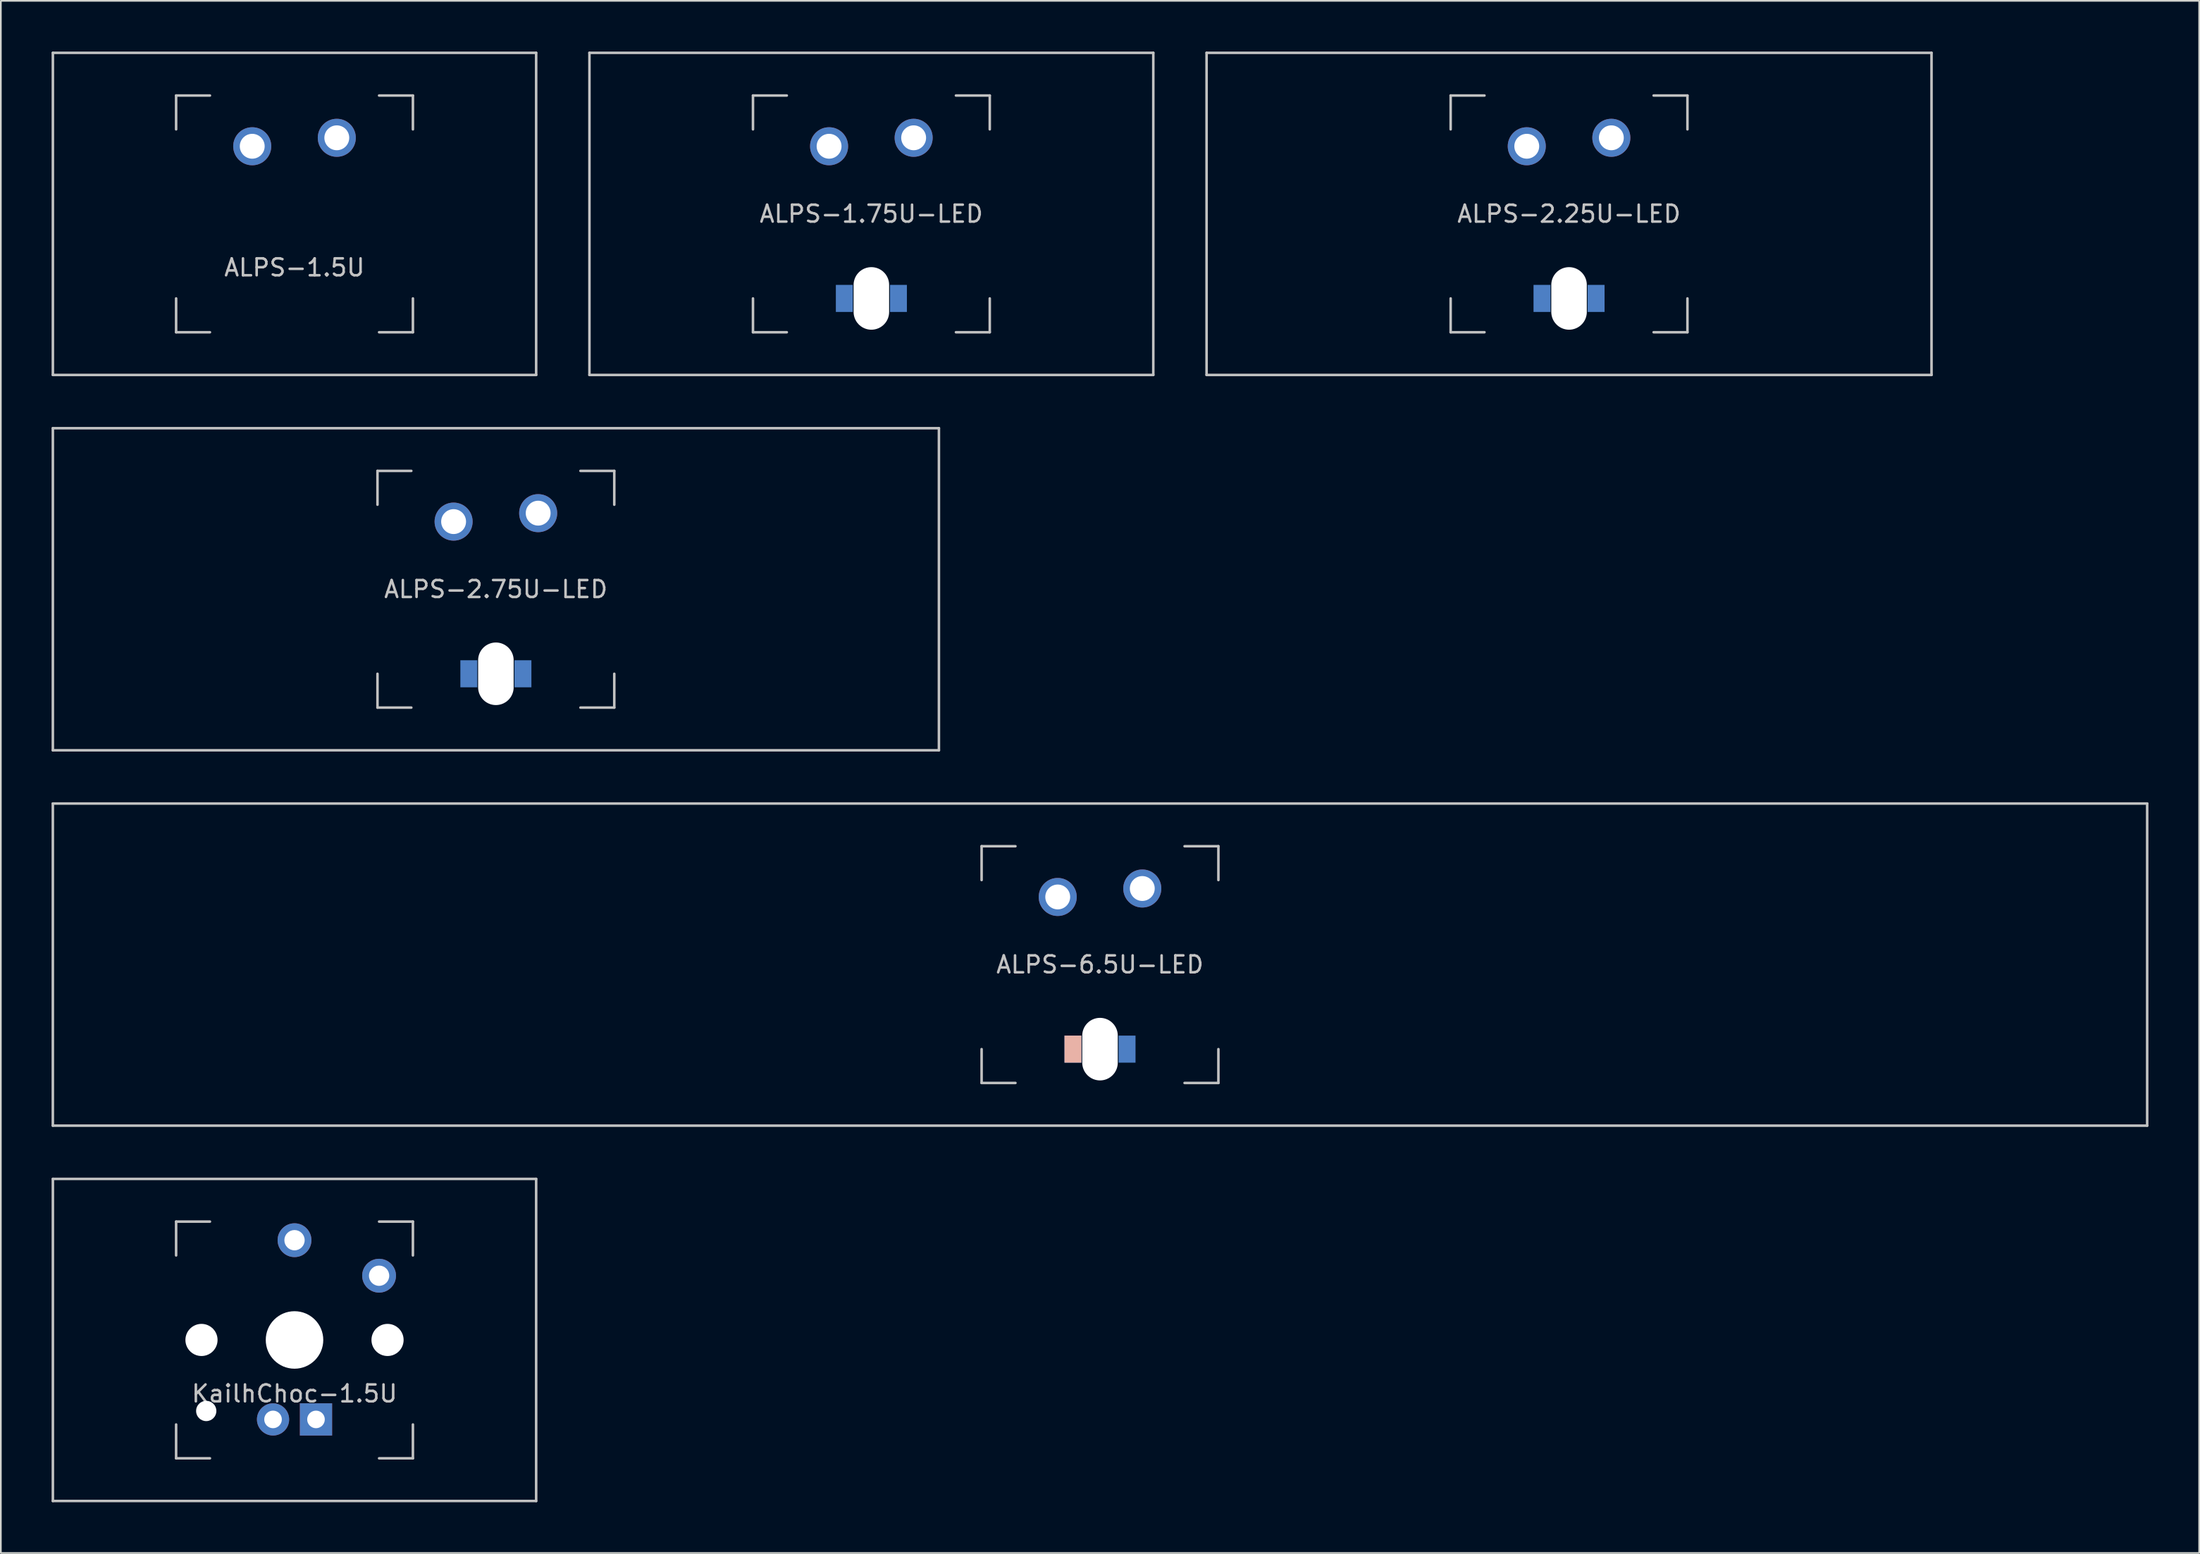
<source format=kicad_pcb>
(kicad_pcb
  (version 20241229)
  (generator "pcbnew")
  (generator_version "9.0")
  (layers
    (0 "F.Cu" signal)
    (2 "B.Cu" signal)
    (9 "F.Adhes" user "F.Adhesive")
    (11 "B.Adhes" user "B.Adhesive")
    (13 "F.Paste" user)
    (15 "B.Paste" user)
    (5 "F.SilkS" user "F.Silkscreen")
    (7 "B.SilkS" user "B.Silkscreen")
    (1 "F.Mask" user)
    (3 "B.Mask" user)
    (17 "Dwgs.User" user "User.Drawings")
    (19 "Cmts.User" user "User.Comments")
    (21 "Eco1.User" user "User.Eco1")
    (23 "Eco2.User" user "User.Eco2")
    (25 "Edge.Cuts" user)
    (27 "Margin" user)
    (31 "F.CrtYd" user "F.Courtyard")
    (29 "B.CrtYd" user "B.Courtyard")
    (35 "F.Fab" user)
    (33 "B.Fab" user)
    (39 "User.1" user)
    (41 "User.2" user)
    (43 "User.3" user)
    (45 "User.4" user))
  (footprint "KailhChoc-1.5U"
    (layer "F.Cu")
    (at 14.363 76.2)
    (property "Reference" "KailhChoc-1.5U" (at 0 3.175 0) (layer "Dwgs.User") (effects (font (size 1 1) (thickness 0.15))))
    (attr through_hole)
    (fp_line (start -14.287 -9.525) (end 14.287 -9.525) (stroke (width 0.15) (type solid)) (layer "Dwgs.User"))
    (fp_line (start -14.287 9.525) (end -14.287 -9.525) (stroke (width 0.15) (type solid)) (layer "Dwgs.User"))
    (fp_line (start -7 -7) (end -7 -5) (stroke (width 0.15) (type solid)) (layer "Dwgs.User"))
    (fp_line (start -7 5) (end -7 7) (stroke (width 0.15) (type solid)) (layer "Dwgs.User"))
    (fp_line (start -7 7) (end -5 7) (stroke (width 0.15) (type solid)) (layer "Dwgs.User"))
    (fp_line (start -5 -7) (end -7 -7) (stroke (width 0.15) (type solid)) (layer "Dwgs.User"))
    (fp_line (start 5 -7) (end 7 -7) (stroke (width 0.15) (type solid)) (layer "Dwgs.User"))
    (fp_line (start 5 7) (end 7 7) (stroke (width 0.15) (type solid)) (layer "Dwgs.User"))
    (fp_line (start 7 -7) (end 7 -5) (stroke (width 0.15) (type solid)) (layer "Dwgs.User"))
    (fp_line (start 7 7) (end 7 5) (stroke (width 0.15) (type solid)) (layer "Dwgs.User"))
    (fp_line (start 14.287 -9.525) (end 14.287 9.525) (stroke (width 0.15) (type solid)) (layer "Dwgs.User"))
    (fp_line (start 14.287 9.525) (end -14.287 9.525) (stroke (width 0.15) (type solid)) (layer "Dwgs.User"))
    (pad "" np_thru_hole circle (at -5.5 0 48.1) (size 1.9 1.9) (drill 1.9) (layers "*.Cu" "*.Mask"))
    (pad "" np_thru_hole circle (at -5.22 4.2) (size 1.2 1.2) (drill 1.2) (layers "*.Cu" "*.Mask"))
    (pad "" np_thru_hole circle (at 0 0) (size 3.4 3.4) (drill 3.4) (layers "*.Cu" "*.Mask"))
    (pad "" np_thru_hole circle (at 5.5 0 48.1) (size 1.9 1.9) (drill 1.9) (layers "*.Cu" "*.Mask"))
    (pad "1" thru_hole circle (at 5 -3.8) (size 2 2) (drill 1.2) (layers "*.Cu" "B.Mask"))
    (pad "2" thru_hole circle (at 0 -5.9) (size 2 2) (drill 1.2) (layers "*.Cu" "B.Mask"))
    (pad "3" thru_hole circle (at -1.27 4.7) (size 1.905 1.905) (drill 1.04) (layers "*.Cu" "B.Mask"))
    (pad "4" thru_hole rect (at 1.27 4.7) (size 1.905 1.905) (drill 1.04) (layers "*.Cu" "B.Mask")))
  (footprint "ALPS-1.75U-LED"
    (layer "F.Cu")
    (at 48.469 9.6)
    (property "Reference" "ALPS-1.75U-LED" (at 0 0 0) (layer "Dwgs.User") (effects (font (size 1 1) (thickness 0.15))))
    (attr through_hole)
    (fp_line (start -16.669 -9.525) (end 16.669 -9.525) (stroke (width 0.15) (type solid)) (layer "Dwgs.User"))
    (fp_line (start -16.669 9.525) (end -16.669 -9.525) (stroke (width 0.15) (type solid)) (layer "Dwgs.User"))
    (fp_line (start -16.669 9.525) (end 16.669 9.525) (stroke (width 0.15) (type solid)) (layer "Dwgs.User"))
    (fp_line (start -7 -7) (end -7 -5) (stroke (width 0.15) (type solid)) (layer "Dwgs.User"))
    (fp_line (start -7 5) (end -7 7) (stroke (width 0.15) (type solid)) (layer "Dwgs.User"))
    (fp_line (start -7 7) (end -5 7) (stroke (width 0.15) (type solid)) (layer "Dwgs.User"))
    (fp_line (start -5 -7) (end -7 -7) (stroke (width 0.15) (type solid)) (layer "Dwgs.User"))
    (fp_line (start 5 -7) (end 7 -7) (stroke (width 0.15) (type solid)) (layer "Dwgs.User"))
    (fp_line (start 5 7) (end 7 7) (stroke (width 0.15) (type solid)) (layer "Dwgs.User"))
    (fp_line (start 7 -7) (end 7 -5) (stroke (width 0.15) (type solid)) (layer "Dwgs.User"))
    (fp_line (start 7 7) (end 7 5) (stroke (width 0.15) (type solid)) (layer "Dwgs.User"))
    (fp_line (start 16.669 -9.525) (end 16.669 9.525) (stroke (width 0.15) (type solid)) (layer "Dwgs.User"))
    (pad "" np_thru_hole oval (at 0 5) (size 2.1 3.7) (drill oval 2.1 3.7) (layers "*.Cu" "*.Mask"))
    (pad "1" thru_hole circle (at -2.5 -4) (size 2.25 2.25) (drill 1.47) (layers "*.Cu" "B.Mask"))
    (pad "2" thru_hole circle (at 2.5 -4.5) (size 2.25 2.25) (drill 1.47) (layers "*.Cu" "B.Mask"))
    (pad "3" smd rect (at -1.6 5) (size 1 1.6) (layers "B.Cu" "B.Mask" "B.Paste"))
    (pad "4" smd rect (at 1.6 5) (size 1 1.6) (layers "B.Cu" "B.Mask" "B.Paste")))
  (footprint "ALPS-2.75U-LED"
    (layer "F.Cu")
    (at 26.269 31.8)
    (property "Reference" "ALPS-2.75U-LED" (at 0 0 0) (layer "Dwgs.User") (effects (font (size 1 1) (thickness 0.15))))
    (attr through_hole)
    (fp_line (start -26.194 -9.525) (end 26.194 -9.525) (stroke (width 0.15) (type solid)) (layer "Dwgs.User"))
    (fp_line (start -26.194 9.525) (end -26.194 -9.525) (stroke (width 0.15) (type solid)) (layer "Dwgs.User"))
    (fp_line (start -26.194 9.525) (end 26.194 9.525) (stroke (width 0.15) (type solid)) (layer "Dwgs.User"))
    (fp_line (start -7 -7) (end -7 -5) (stroke (width 0.15) (type solid)) (layer "Dwgs.User"))
    (fp_line (start -7 5) (end -7 7) (stroke (width 0.15) (type solid)) (layer "Dwgs.User"))
    (fp_line (start -7 7) (end -5 7) (stroke (width 0.15) (type solid)) (layer "Dwgs.User"))
    (fp_line (start -5 -7) (end -7 -7) (stroke (width 0.15) (type solid)) (layer "Dwgs.User"))
    (fp_line (start 5 -7) (end 7 -7) (stroke (width 0.15) (type solid)) (layer "Dwgs.User"))
    (fp_line (start 5 7) (end 7 7) (stroke (width 0.15) (type solid)) (layer "Dwgs.User"))
    (fp_line (start 7 -7) (end 7 -5) (stroke (width 0.15) (type solid)) (layer "Dwgs.User"))
    (fp_line (start 7 7) (end 7 5) (stroke (width 0.15) (type solid)) (layer "Dwgs.User"))
    (fp_line (start 26.194 -9.525) (end 26.194 9.525) (stroke (width 0.15) (type solid)) (layer "Dwgs.User"))
    (pad "" np_thru_hole oval (at 0 5) (size 2.1 3.7) (drill oval 2.1 3.7) (layers "*.Cu" "*.Mask"))
    (pad "1" thru_hole circle (at -2.5 -4) (size 2.25 2.25) (drill 1.47) (layers "*.Cu" "B.Mask"))
    (pad "2" thru_hole circle (at 2.5 -4.5) (size 2.25 2.25) (drill 1.47) (layers "*.Cu" "B.Mask"))
    (pad "3" smd rect (at -1.6 5) (size 1 1.6) (layers "B.Cu" "B.Mask" "B.Paste"))
    (pad "4" smd rect (at 1.6 5) (size 1 1.6) (layers "B.Cu" "B.Mask" "B.Paste")))
  (footprint "ALPS-6.5U-LED"
    (layer "F.Cu")
    (at 61.987 54)
    (property "Reference" "ALPS-6.5U-LED" (at 0 0 0) (layer "Dwgs.User") (effects (font (size 1 1) (thickness 0.15))))
    (attr through_hole)
    (fp_line (start -61.913 -9.525) (end 61.913 -9.525) (stroke (width 0.15) (type solid)) (layer "Dwgs.User"))
    (fp_line (start -61.913 9.525) (end -61.913 -9.525) (stroke (width 0.15) (type solid)) (layer "Dwgs.User"))
    (fp_line (start -61.913 9.525) (end 61.913 9.525) (stroke (width 0.15) (type solid)) (layer "Dwgs.User"))
    (fp_line (start -7 -7) (end -7 -5) (stroke (width 0.15) (type solid)) (layer "Dwgs.User"))
    (fp_line (start -7 5) (end -7 7) (stroke (width 0.15) (type solid)) (layer "Dwgs.User"))
    (fp_line (start -7 7) (end -5 7) (stroke (width 0.15) (type solid)) (layer "Dwgs.User"))
    (fp_line (start -5 -7) (end -7 -7) (stroke (width 0.15) (type solid)) (layer "Dwgs.User"))
    (fp_line (start 5 -7) (end 7 -7) (stroke (width 0.15) (type solid)) (layer "Dwgs.User"))
    (fp_line (start 5 7) (end 7 7) (stroke (width 0.15) (type solid)) (layer "Dwgs.User"))
    (fp_line (start 7 -7) (end 7 -5) (stroke (width 0.15) (type solid)) (layer "Dwgs.User"))
    (fp_line (start 7 7) (end 7 5) (stroke (width 0.15) (type solid)) (layer "Dwgs.User"))
    (fp_line (start 61.913 -9.525) (end 61.913 9.525) (stroke (width 0.15) (type solid)) (layer "Dwgs.User"))
    (pad "" np_thru_hole oval (at 0 5) (size 2.1 3.7) (drill oval 2.1 3.7) (layers "*.Cu" "*.Mask"))
    (pad "1" thru_hole circle (at -2.5 -4) (size 2.25 2.25) (drill 1.47) (layers "*.Cu" "B.Mask"))
    (pad "2" thru_hole circle (at 2.5 -4.5) (size 2.25 2.25) (drill 1.47) (layers "*.Cu" "B.Mask"))
    (pad "3" smd rect (at -1.6 5) (size 1 1.6) (layers "B.Cu" "B.SilkS" "B.Adhes"))
    (pad "4" smd rect (at 1.6 5) (size 1 1.6) (layers "B.Cu" "B.Mask" "B.Paste")))
  (footprint "ALPS-2.25U-LED"
    (layer "F.Cu")
    (at 89.719 9.6)
    (property "Reference" "ALPS-2.25U-LED" (at 0 0 0) (layer "Dwgs.User") (effects (font (size 1 1) (thickness 0.15))))
    (attr through_hole)
    (fp_line (start -21.431 -9.525) (end 21.431 -9.525) (stroke (width 0.15) (type solid)) (layer "Dwgs.User"))
    (fp_line (start -21.431 9.525) (end -21.431 -9.525) (stroke (width 0.15) (type solid)) (layer "Dwgs.User"))
    (fp_line (start -21.431 9.525) (end 21.431 9.525) (stroke (width 0.15) (type solid)) (layer "Dwgs.User"))
    (fp_line (start -7 -7) (end -7 -5) (stroke (width 0.15) (type solid)) (layer "Dwgs.User"))
    (fp_line (start -7 5) (end -7 7) (stroke (width 0.15) (type solid)) (layer "Dwgs.User"))
    (fp_line (start -7 7) (end -5 7) (stroke (width 0.15) (type solid)) (layer "Dwgs.User"))
    (fp_line (start -5 -7) (end -7 -7) (stroke (width 0.15) (type solid)) (layer "Dwgs.User"))
    (fp_line (start 5 -7) (end 7 -7) (stroke (width 0.15) (type solid)) (layer "Dwgs.User"))
    (fp_line (start 5 7) (end 7 7) (stroke (width 0.15) (type solid)) (layer "Dwgs.User"))
    (fp_line (start 7 -7) (end 7 -5) (stroke (width 0.15) (type solid)) (layer "Dwgs.User"))
    (fp_line (start 7 7) (end 7 5) (stroke (width 0.15) (type solid)) (layer "Dwgs.User"))
    (fp_line (start 21.431 -9.525) (end 21.431 9.525) (stroke (width 0.15) (type solid)) (layer "Dwgs.User"))
    (pad "" np_thru_hole oval (at 0 5) (size 2.1 3.7) (drill oval 2.1 3.7) (layers "*.Cu" "*.Mask"))
    (pad "1" thru_hole circle (at -2.5 -4) (size 2.25 2.25) (drill 1.47) (layers "*.Cu" "B.Mask"))
    (pad "2" thru_hole circle (at 2.5 -4.5) (size 2.25 2.25) (drill 1.47) (layers "*.Cu" "B.Mask"))
    (pad "3" smd rect (at -1.6 5) (size 1 1.6) (layers "B.Cu" "B.Mask" "B.Paste"))
    (pad "4" smd rect (at 1.6 5) (size 1 1.6) (layers "B.Cu" "B.Mask" "B.Paste")))
  (footprint "ALPS-1.5U"
    (layer "F.Cu")
    (at 14.363 9.6)
    (property "Reference" "ALPS-1.5U" (at 0 3.175 0) (layer "Dwgs.User") (effects (font (size 1 1) (thickness 0.15))))
    (attr through_hole)
    (fp_line (start -14.287 -9.525) (end 14.287 -9.525) (stroke (width 0.15) (type solid)) (layer "Dwgs.User"))
    (fp_line (start -14.287 9.525) (end -14.287 -9.525) (stroke (width 0.15) (type solid)) (layer "Dwgs.User"))
    (fp_line (start -14.287 9.525) (end 14.287 9.525) (stroke (width 0.15) (type solid)) (layer "Dwgs.User"))
    (fp_line (start -7 -7) (end -7 -5) (stroke (width 0.15) (type solid)) (layer "Dwgs.User"))
    (fp_line (start -7 5) (end -7 7) (stroke (width 0.15) (type solid)) (layer "Dwgs.User"))
    (fp_line (start -7 7) (end -5 7) (stroke (width 0.15) (type solid)) (layer "Dwgs.User"))
    (fp_line (start -5 -7) (end -7 -7) (stroke (width 0.15) (type solid)) (layer "Dwgs.User"))
    (fp_line (start 5 -7) (end 7 -7) (stroke (width 0.15) (type solid)) (layer "Dwgs.User"))
    (fp_line (start 5 7) (end 7 7) (stroke (width 0.15) (type solid)) (layer "Dwgs.User"))
    (fp_line (start 7 -7) (end 7 -5) (stroke (width 0.15) (type solid)) (layer "Dwgs.User"))
    (fp_line (start 7 7) (end 7 5) (stroke (width 0.15) (type solid)) (layer "Dwgs.User"))
    (fp_line (start 14.287 -9.525) (end 14.287 9.525) (stroke (width 0.15) (type solid)) (layer "Dwgs.User"))
    (pad "1" thru_hole circle (at -2.5 -4) (size 2.25 2.25) (drill 1.47) (layers "*.Cu" "B.Mask"))
    (pad "2" thru_hole circle (at 2.5 -4.5) (size 2.25 2.25) (drill 1.47) (layers "*.Cu" "B.Mask")))
  (gr_rect
    (start -3 -3)
    (end 126.975 88.8)
    (stroke (width 0.1) (type default))
    (fill no)
    (layer "Edge.Cuts")))
</source>
